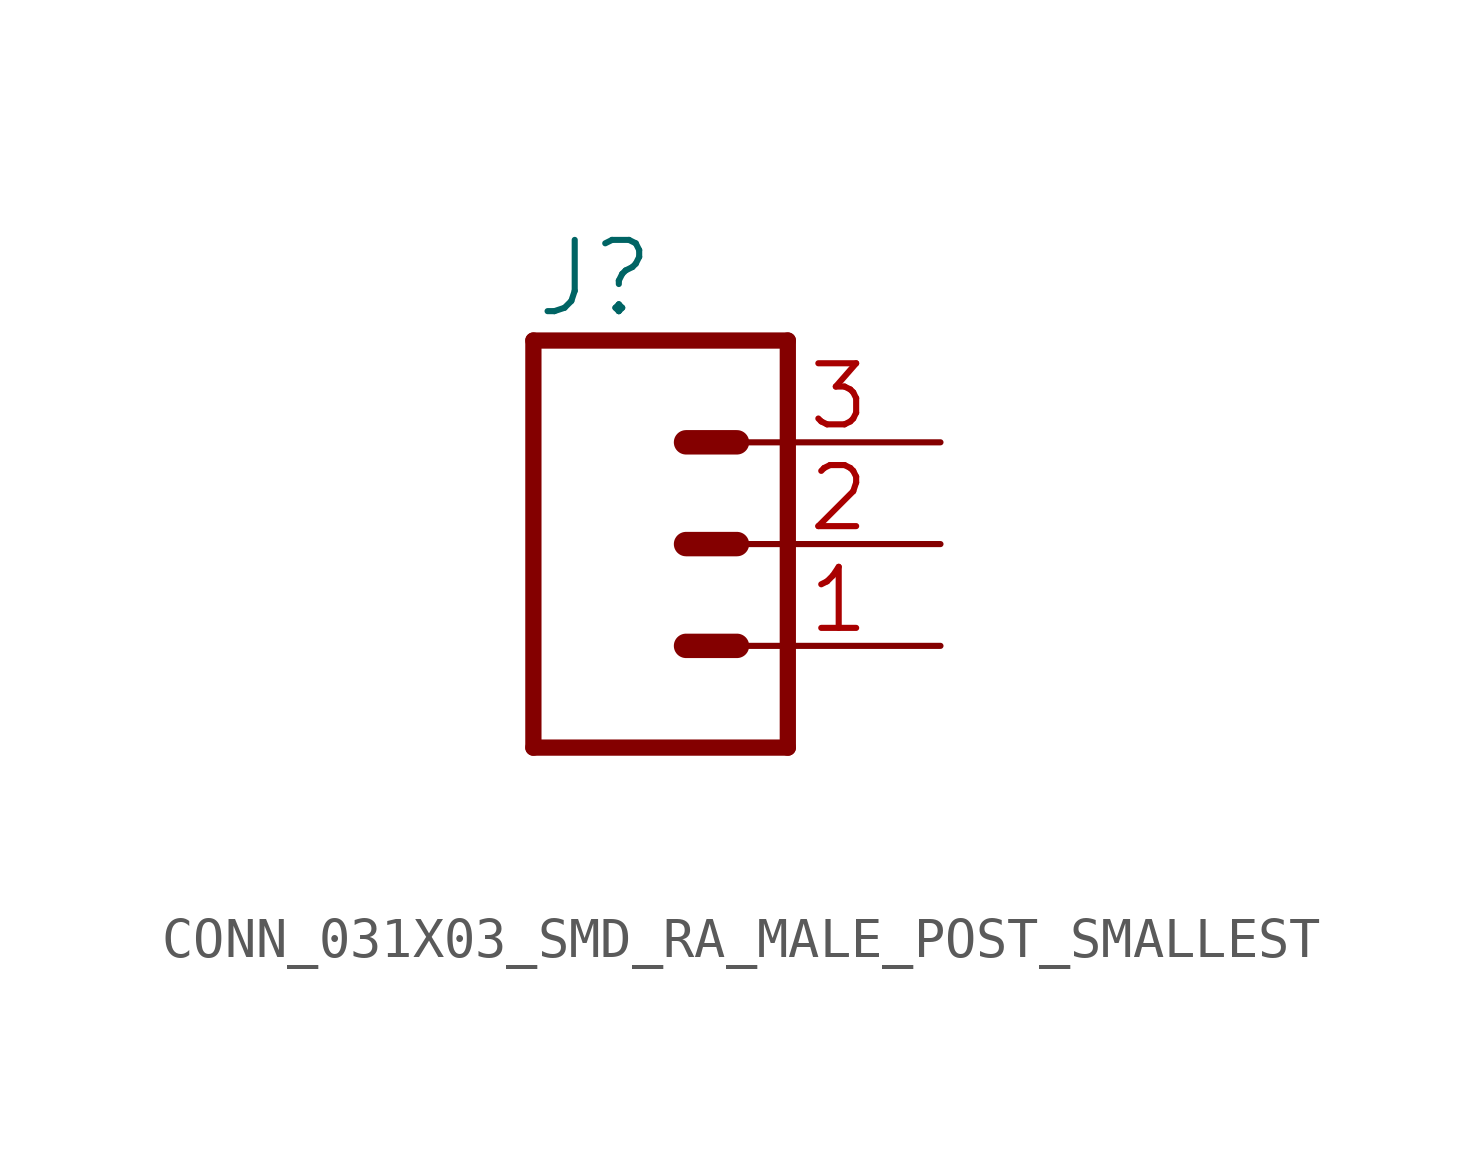
<source format=kicad_sym>
(kicad_symbol_lib
  (version 20241209)
  (generator "kicad_symbol_editor")
  (generator_version "9.0")
  (symbol "CONN_031X03_SMD_RA_MALE_POST_SMALLEST"
    (property "Reference" "J"
      (at -2.54 5.588 0)
      (effects (font (size 1.778 1.778)) (justify left bottom)))
    (property "Value" ""
      (at -2.54 -7.366 0)
      (effects (font (size 1.778 1.778)) (justify left bottom)))
    (property "ki_locked" ""
      (at 0 0 0)
      (effects (font (size 1.27 1.27))))
    (symbol "CONN_031X03_SMD_RA_MALE_POST_SMALLEST_1_0"
      (polyline (pts (xy -2.54 5.08) (xy -2.54 -5.08)) (stroke (width 0.406) (type solid)) (fill (type none)))
      (polyline (pts (xy -2.54 5.08) (xy 3.81 5.08)) (stroke (width 0.406) (type solid)) (fill (type none)))
      (polyline (pts (xy 1.27 2.54) (xy 2.54 2.54)) (stroke (width 0.61) (type solid)) (fill (type none)))
      (polyline (pts (xy 1.27 0) (xy 2.54 0)) (stroke (width 0.61) (type solid)) (fill (type none)))
      (polyline (pts (xy 1.27 -2.54) (xy 2.54 -2.54)) (stroke (width 0.61) (type solid)) (fill (type none)))
      (polyline (pts (xy 3.81 -5.08) (xy -2.54 -5.08)) (stroke (width 0.406) (type solid)) (fill (type none)))
      (polyline (pts (xy 3.81 -5.08) (xy 3.81 5.08)) (stroke (width 0.406) (type solid)) (fill (type none)))
      (pin passive line (at 7.62 2.54 180) (length 5.08) (name "3" (effects (font (size 0 0)))) (number "3" (effects (font (size 1.524 1.524)))))
      (pin passive line (at 7.62 0 180) (length 5.08) (name "2" (effects (font (size 0 0)))) (number "2" (effects (font (size 1.524 1.524)))))
      (pin passive line (at 7.62 -2.54 180) (length 5.08) (name "1" (effects (font (size 0 0)))) (number "1" (effects (font (size 1.524 1.524))))))))
</source>
